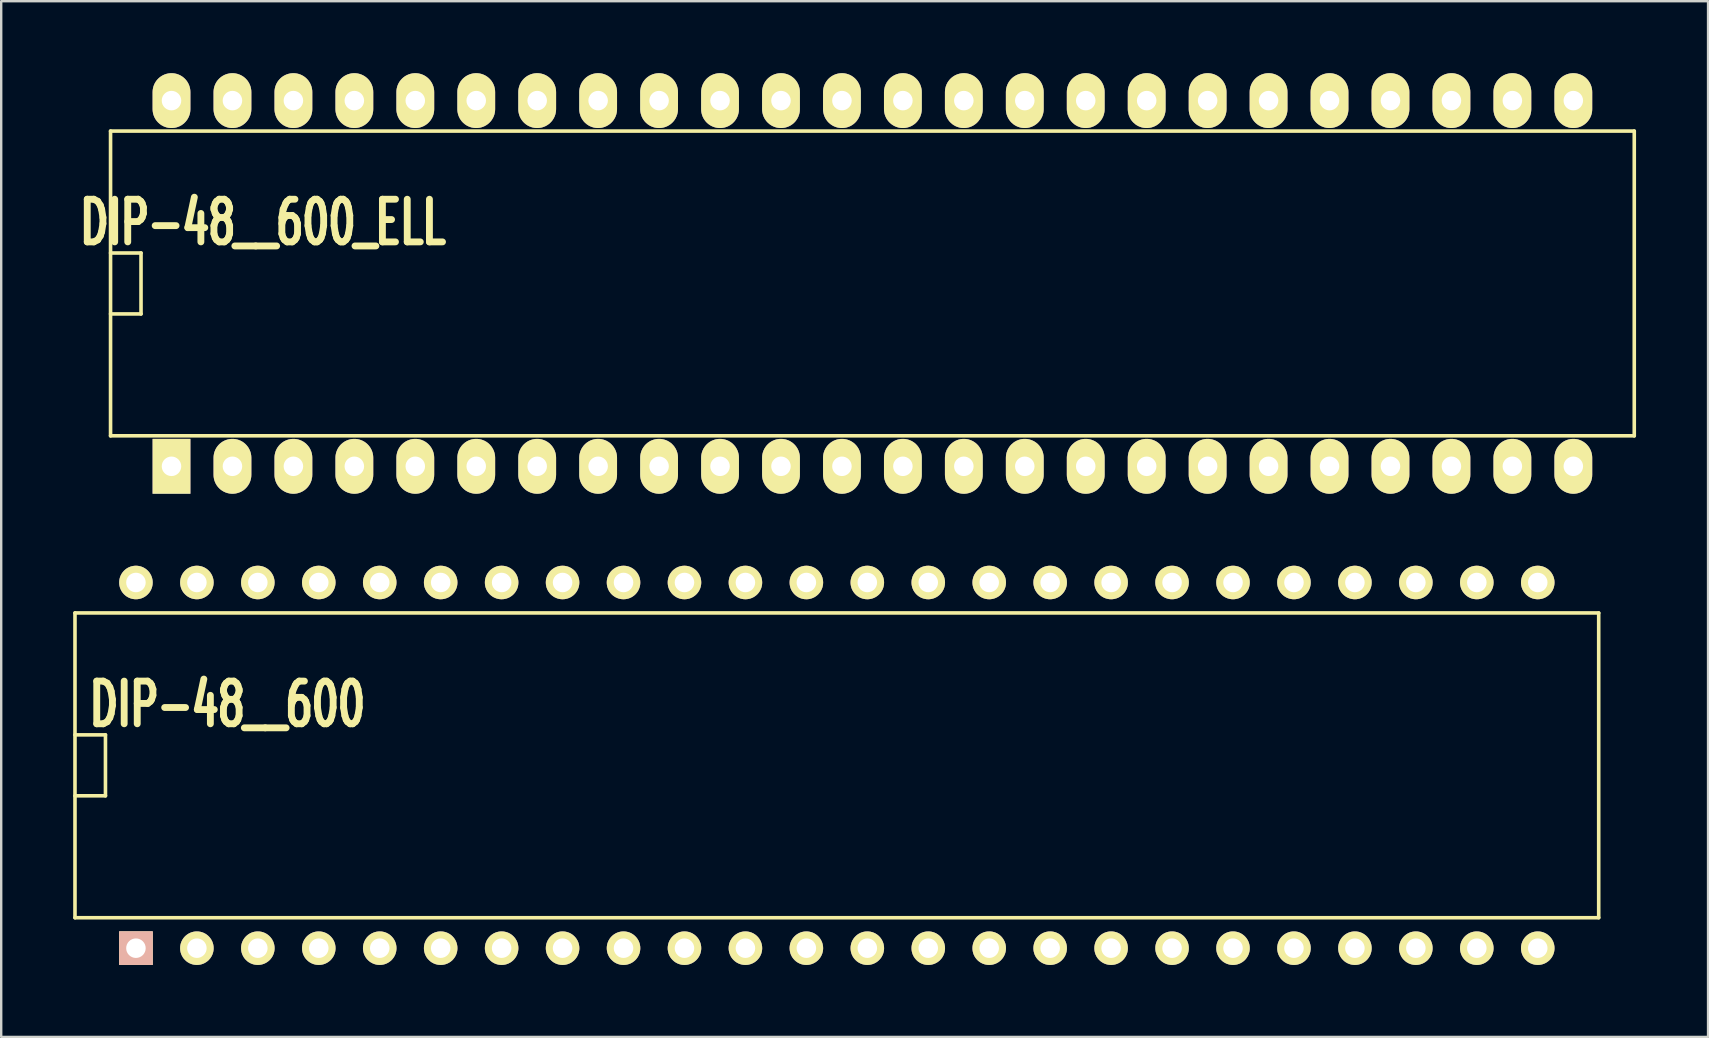
<source format=kicad_pcb>
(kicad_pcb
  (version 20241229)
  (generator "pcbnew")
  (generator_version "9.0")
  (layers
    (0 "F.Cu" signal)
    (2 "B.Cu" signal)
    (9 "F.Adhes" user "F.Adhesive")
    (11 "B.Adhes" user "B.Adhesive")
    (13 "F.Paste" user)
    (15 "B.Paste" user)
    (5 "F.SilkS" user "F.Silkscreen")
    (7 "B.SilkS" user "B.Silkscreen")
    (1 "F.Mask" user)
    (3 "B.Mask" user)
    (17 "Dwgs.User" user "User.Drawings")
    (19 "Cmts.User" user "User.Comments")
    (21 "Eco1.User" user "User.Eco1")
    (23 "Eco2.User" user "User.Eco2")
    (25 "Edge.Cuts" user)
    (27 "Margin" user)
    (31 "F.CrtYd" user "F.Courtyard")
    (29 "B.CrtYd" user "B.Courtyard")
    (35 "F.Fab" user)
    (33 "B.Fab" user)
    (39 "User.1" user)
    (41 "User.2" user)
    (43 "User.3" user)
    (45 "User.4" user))
  (footprint "DIP-48__600_ELL"
    (layer "F.Cu")
    (at 33.307 8.763)
    (property "Reference" "DIP-48__600_ELL" (at -25.4 -2.54 0) (layer "F.SilkS") (effects (font (size 1.778 1.143) (thickness 0.305))))
    (attr through_hole)
    (fp_line (start -31.75 -6.35) (end 31.75 -6.35) (stroke (width 0.15) (type solid)) (layer "F.SilkS"))
    (fp_line (start -31.75 -1.27) (end -30.48 -1.27) (stroke (width 0.15) (type solid)) (layer "F.SilkS"))
    (fp_line (start -31.75 6.35) (end -31.75 -6.35) (stroke (width 0.15) (type solid)) (layer "F.SilkS"))
    (fp_line (start -30.48 -1.27) (end -30.48 1.27) (stroke (width 0.15) (type solid)) (layer "F.SilkS"))
    (fp_line (start -30.48 1.27) (end -31.75 1.27) (stroke (width 0.15) (type solid)) (layer "F.SilkS"))
    (fp_line (start 31.75 -6.35) (end 31.75 6.35) (stroke (width 0.15) (type solid)) (layer "F.SilkS"))
    (fp_line (start 31.75 6.35) (end -31.75 6.35) (stroke (width 0.15) (type solid)) (layer "F.SilkS"))
    (pad "1" thru_hole rect (at -29.21 7.62) (size 1.575 2.286) (drill 0.813) (layers "*.Cu" "*.Mask" "F.SilkS"))
    (pad "2" thru_hole oval (at -26.67 7.62) (size 1.575 2.286) (drill 0.813) (layers "*.Cu" "*.Mask" "F.SilkS"))
    (pad "3" thru_hole oval (at -24.13 7.62) (size 1.575 2.286) (drill 0.813) (layers "*.Cu" "*.Mask" "F.SilkS"))
    (pad "4" thru_hole oval (at -21.59 7.62) (size 1.575 2.286) (drill 0.813) (layers "*.Cu" "*.Mask" "F.SilkS"))
    (pad "5" thru_hole oval (at -19.05 7.62) (size 1.575 2.286) (drill 0.813) (layers "*.Cu" "*.Mask" "F.SilkS"))
    (pad "6" thru_hole oval (at -16.51 7.62) (size 1.575 2.286) (drill 0.813) (layers "*.Cu" "*.Mask" "F.SilkS"))
    (pad "7" thru_hole oval (at -13.97 7.62) (size 1.575 2.286) (drill 0.813) (layers "*.Cu" "*.Mask" "F.SilkS"))
    (pad "8" thru_hole oval (at -11.43 7.62) (size 1.575 2.286) (drill 0.813) (layers "*.Cu" "*.Mask" "F.SilkS"))
    (pad "9" thru_hole oval (at -8.89 7.62) (size 1.575 2.286) (drill 0.813) (layers "*.Cu" "*.Mask" "F.SilkS"))
    (pad "10" thru_hole oval (at -6.35 7.62) (size 1.575 2.286) (drill 0.813) (layers "*.Cu" "*.Mask" "F.SilkS"))
    (pad "11" thru_hole oval (at -3.81 7.62) (size 1.575 2.286) (drill 0.813) (layers "*.Cu" "*.Mask" "F.SilkS"))
    (pad "12" thru_hole oval (at -1.27 7.62) (size 1.575 2.286) (drill 0.813) (layers "*.Cu" "*.Mask" "F.SilkS"))
    (pad "13" thru_hole oval (at 1.27 7.62) (size 1.575 2.286) (drill 0.813) (layers "*.Cu" "*.Mask" "F.SilkS"))
    (pad "14" thru_hole oval (at 3.81 7.62) (size 1.575 2.286) (drill 0.813) (layers "*.Cu" "*.Mask" "F.SilkS"))
    (pad "15" thru_hole oval (at 6.35 7.62) (size 1.575 2.286) (drill 0.813) (layers "*.Cu" "*.Mask" "F.SilkS"))
    (pad "16" thru_hole oval (at 8.89 7.62) (size 1.575 2.286) (drill 0.813) (layers "*.Cu" "*.Mask" "F.SilkS"))
    (pad "17" thru_hole oval (at 11.43 7.62) (size 1.575 2.286) (drill 0.813) (layers "*.Cu" "*.Mask" "F.SilkS"))
    (pad "18" thru_hole oval (at 13.97 7.62) (size 1.575 2.286) (drill 0.813) (layers "*.Cu" "*.Mask" "F.SilkS"))
    (pad "19" thru_hole oval (at 16.51 7.62) (size 1.575 2.286) (drill 0.813) (layers "*.Cu" "*.Mask" "F.SilkS"))
    (pad "20" thru_hole oval (at 19.05 7.62) (size 1.575 2.286) (drill 0.813) (layers "*.Cu" "*.Mask" "F.SilkS"))
    (pad "21" thru_hole oval (at 21.59 7.62) (size 1.575 2.286) (drill 0.813) (layers "*.Cu" "*.Mask" "F.SilkS"))
    (pad "22" thru_hole oval (at 24.13 7.62) (size 1.575 2.286) (drill 0.813) (layers "*.Cu" "*.Mask" "F.SilkS"))
    (pad "23" thru_hole oval (at 26.67 7.62) (size 1.575 2.286) (drill 0.813) (layers "*.Cu" "*.Mask" "F.SilkS"))
    (pad "24" thru_hole oval (at 29.21 7.62) (size 1.575 2.286) (drill 0.813) (layers "*.Cu" "*.Mask" "F.SilkS"))
    (pad "25" thru_hole oval (at 29.21 -7.62) (size 1.575 2.286) (drill 0.813) (layers "*.Cu" "*.Mask" "F.SilkS"))
    (pad "26" thru_hole oval (at 26.67 -7.62) (size 1.575 2.286) (drill 0.813) (layers "*.Cu" "*.Mask" "F.SilkS"))
    (pad "27" thru_hole oval (at 24.13 -7.62) (size 1.575 2.286) (drill 0.813) (layers "*.Cu" "*.Mask" "F.SilkS"))
    (pad "28" thru_hole oval (at 21.59 -7.62) (size 1.575 2.286) (drill 0.813) (layers "*.Cu" "*.Mask" "F.SilkS"))
    (pad "29" thru_hole oval (at 19.05 -7.62) (size 1.575 2.286) (drill 0.813) (layers "*.Cu" "*.Mask" "F.SilkS"))
    (pad "30" thru_hole oval (at 16.51 -7.62) (size 1.575 2.286) (drill 0.813) (layers "*.Cu" "*.Mask" "F.SilkS"))
    (pad "31" thru_hole oval (at 13.97 -7.62) (size 1.575 2.286) (drill 0.813) (layers "*.Cu" "*.Mask" "F.SilkS"))
    (pad "32" thru_hole oval (at 11.43 -7.62) (size 1.575 2.286) (drill 0.813) (layers "*.Cu" "*.Mask" "F.SilkS"))
    (pad "33" thru_hole oval (at 8.89 -7.62) (size 1.575 2.286) (drill 0.813) (layers "*.Cu" "*.Mask" "F.SilkS"))
    (pad "34" thru_hole oval (at 6.35 -7.62) (size 1.575 2.286) (drill 0.813) (layers "*.Cu" "*.Mask" "F.SilkS"))
    (pad "35" thru_hole oval (at 3.81 -7.62) (size 1.575 2.286) (drill 0.813) (layers "*.Cu" "*.Mask" "F.SilkS"))
    (pad "36" thru_hole oval (at 1.27 -7.62) (size 1.575 2.286) (drill 0.813) (layers "*.Cu" "*.Mask" "F.SilkS"))
    (pad "37" thru_hole oval (at -1.27 -7.62) (size 1.575 2.286) (drill 0.813) (layers "*.Cu" "*.Mask" "F.SilkS"))
    (pad "38" thru_hole oval (at -3.81 -7.62) (size 1.575 2.286) (drill 0.813) (layers "*.Cu" "*.Mask" "F.SilkS"))
    (pad "39" thru_hole oval (at -6.35 -7.62) (size 1.575 2.286) (drill 0.813) (layers "*.Cu" "*.Mask" "F.SilkS"))
    (pad "40" thru_hole oval (at -8.89 -7.62) (size 1.575 2.286) (drill 0.813) (layers "*.Cu" "*.Mask" "F.SilkS"))
    (pad "41" thru_hole oval (at -11.43 -7.62) (size 1.575 2.286) (drill 0.813) (layers "*.Cu" "*.Mask" "F.SilkS"))
    (pad "42" thru_hole oval (at -13.97 -7.62) (size 1.575 2.286) (drill 0.813) (layers "*.Cu" "*.Mask" "F.SilkS"))
    (pad "43" thru_hole oval (at -16.51 -7.62) (size 1.575 2.286) (drill 0.813) (layers "*.Cu" "*.Mask" "F.SilkS"))
    (pad "44" thru_hole oval (at -19.05 -7.62) (size 1.575 2.286) (drill 0.813) (layers "*.Cu" "*.Mask" "F.SilkS"))
    (pad "45" thru_hole oval (at -21.59 -7.62) (size 1.575 2.286) (drill 0.813) (layers "*.Cu" "*.Mask" "F.SilkS"))
    (pad "46" thru_hole oval (at -24.13 -7.62) (size 1.575 2.286) (drill 0.813) (layers "*.Cu" "*.Mask" "F.SilkS"))
    (pad "47" thru_hole oval (at -26.67 -7.62) (size 1.575 2.286) (drill 0.813) (layers "*.Cu" "*.Mask" "F.SilkS"))
    (pad "48" thru_hole oval (at -29.21 -7.62) (size 1.575 2.286) (drill 0.813) (layers "*.Cu" "*.Mask" "F.SilkS")))
  (footprint "DIP-48__600"
    (layer "F.Cu")
    (at 31.825 28.845)
    (property "Reference" "DIP-48__600" (at -25.4 -2.54 0) (layer "F.SilkS") (effects (font (size 1.778 1.143) (thickness 0.305))))
    (attr through_hole)
    (fp_line (start -31.75 -6.35) (end 31.75 -6.35) (stroke (width 0.15) (type solid)) (layer "F.SilkS"))
    (fp_line (start -31.75 -1.27) (end -30.48 -1.27) (stroke (width 0.15) (type solid)) (layer "F.SilkS"))
    (fp_line (start -31.75 6.35) (end -31.75 -6.35) (stroke (width 0.15) (type solid)) (layer "F.SilkS"))
    (fp_line (start -30.48 -1.27) (end -30.48 1.27) (stroke (width 0.15) (type solid)) (layer "F.SilkS"))
    (fp_line (start -30.48 1.27) (end -31.75 1.27) (stroke (width 0.15) (type solid)) (layer "F.SilkS"))
    (fp_line (start 31.75 -6.35) (end 31.75 6.35) (stroke (width 0.15) (type solid)) (layer "F.SilkS"))
    (fp_line (start 31.75 6.35) (end -31.75 6.35) (stroke (width 0.15) (type solid)) (layer "F.SilkS"))
    (pad "1" thru_hole rect (at -29.21 7.62) (size 1.397 1.397) (drill 0.813) (layers "*.Cu" "*.SilkS" "*.Mask"))
    (pad "2" thru_hole circle (at -26.67 7.62) (size 1.397 1.397) (drill 0.813) (layers "*.Cu" "*.Mask" "F.SilkS"))
    (pad "3" thru_hole circle (at -24.13 7.62) (size 1.397 1.397) (drill 0.813) (layers "*.Cu" "*.Mask" "F.SilkS"))
    (pad "4" thru_hole circle (at -21.59 7.62) (size 1.397 1.397) (drill 0.813) (layers "*.Cu" "*.Mask" "F.SilkS"))
    (pad "5" thru_hole circle (at -19.05 7.62) (size 1.397 1.397) (drill 0.813) (layers "*.Cu" "*.Mask" "F.SilkS"))
    (pad "6" thru_hole circle (at -16.51 7.62) (size 1.397 1.397) (drill 0.813) (layers "*.Cu" "*.Mask" "F.SilkS"))
    (pad "7" thru_hole circle (at -13.97 7.62) (size 1.397 1.397) (drill 0.813) (layers "*.Cu" "*.Mask" "F.SilkS"))
    (pad "8" thru_hole circle (at -11.43 7.62) (size 1.397 1.397) (drill 0.813) (layers "*.Cu" "*.Mask" "F.SilkS"))
    (pad "9" thru_hole circle (at -8.89 7.62) (size 1.397 1.397) (drill 0.813) (layers "*.Cu" "*.Mask" "F.SilkS"))
    (pad "10" thru_hole circle (at -6.35 7.62) (size 1.397 1.397) (drill 0.813) (layers "*.Cu" "*.Mask" "F.SilkS"))
    (pad "11" thru_hole circle (at -3.81 7.62) (size 1.397 1.397) (drill 0.813) (layers "*.Cu" "*.Mask" "F.SilkS"))
    (pad "12" thru_hole circle (at -1.27 7.62) (size 1.397 1.397) (drill 0.813) (layers "*.Cu" "*.Mask" "F.SilkS"))
    (pad "13" thru_hole circle (at 1.27 7.62) (size 1.397 1.397) (drill 0.813) (layers "*.Cu" "*.Mask" "F.SilkS"))
    (pad "14" thru_hole circle (at 3.81 7.62) (size 1.397 1.397) (drill 0.813) (layers "*.Cu" "*.Mask" "F.SilkS"))
    (pad "15" thru_hole circle (at 6.35 7.62) (size 1.397 1.397) (drill 0.813) (layers "*.Cu" "*.Mask" "F.SilkS"))
    (pad "16" thru_hole circle (at 8.89 7.62) (size 1.397 1.397) (drill 0.813) (layers "*.Cu" "*.Mask" "F.SilkS"))
    (pad "17" thru_hole circle (at 11.43 7.62) (size 1.397 1.397) (drill 0.813) (layers "*.Cu" "*.Mask" "F.SilkS"))
    (pad "18" thru_hole circle (at 13.97 7.62) (size 1.397 1.397) (drill 0.813) (layers "*.Cu" "*.Mask" "F.SilkS"))
    (pad "19" thru_hole circle (at 16.51 7.62) (size 1.397 1.397) (drill 0.813) (layers "*.Cu" "*.Mask" "F.SilkS"))
    (pad "20" thru_hole circle (at 19.05 7.62) (size 1.397 1.397) (drill 0.813) (layers "*.Cu" "*.Mask" "F.SilkS"))
    (pad "21" thru_hole circle (at 21.59 7.62) (size 1.397 1.397) (drill 0.813) (layers "*.Cu" "*.Mask" "F.SilkS"))
    (pad "22" thru_hole circle (at 24.13 7.62) (size 1.397 1.397) (drill 0.813) (layers "*.Cu" "*.Mask" "F.SilkS"))
    (pad "23" thru_hole circle (at 26.67 7.62) (size 1.397 1.397) (drill 0.813) (layers "*.Cu" "*.Mask" "F.SilkS"))
    (pad "24" thru_hole circle (at 29.21 7.62) (size 1.397 1.397) (drill 0.813) (layers "*.Cu" "*.Mask" "F.SilkS"))
    (pad "25" thru_hole circle (at 29.21 -7.62) (size 1.397 1.397) (drill 0.813) (layers "*.Cu" "*.Mask" "F.SilkS"))
    (pad "26" thru_hole circle (at 26.67 -7.62) (size 1.397 1.397) (drill 0.813) (layers "*.Cu" "*.Mask" "F.SilkS"))
    (pad "27" thru_hole circle (at 24.13 -7.62) (size 1.397 1.397) (drill 0.813) (layers "*.Cu" "*.Mask" "F.SilkS"))
    (pad "28" thru_hole circle (at 21.59 -7.62) (size 1.397 1.397) (drill 0.813) (layers "*.Cu" "*.Mask" "F.SilkS"))
    (pad "29" thru_hole circle (at 19.05 -7.62) (size 1.397 1.397) (drill 0.813) (layers "*.Cu" "*.Mask" "F.SilkS"))
    (pad "30" thru_hole circle (at 16.51 -7.62) (size 1.397 1.397) (drill 0.813) (layers "*.Cu" "*.Mask" "F.SilkS"))
    (pad "31" thru_hole circle (at 13.97 -7.62) (size 1.397 1.397) (drill 0.813) (layers "*.Cu" "*.Mask" "F.SilkS"))
    (pad "32" thru_hole circle (at 11.43 -7.62) (size 1.397 1.397) (drill 0.813) (layers "*.Cu" "*.Mask" "F.SilkS"))
    (pad "33" thru_hole circle (at 8.89 -7.62) (size 1.397 1.397) (drill 0.813) (layers "*.Cu" "*.Mask" "F.SilkS"))
    (pad "34" thru_hole circle (at 6.35 -7.62) (size 1.397 1.397) (drill 0.813) (layers "*.Cu" "*.Mask" "F.SilkS"))
    (pad "35" thru_hole circle (at 3.81 -7.62) (size 1.397 1.397) (drill 0.813) (layers "*.Cu" "*.Mask" "F.SilkS"))
    (pad "36" thru_hole circle (at 1.27 -7.62) (size 1.397 1.397) (drill 0.813) (layers "*.Cu" "*.Mask" "F.SilkS"))
    (pad "37" thru_hole circle (at -1.27 -7.62) (size 1.397 1.397) (drill 0.813) (layers "*.Cu" "*.Mask" "F.SilkS"))
    (pad "38" thru_hole circle (at -3.81 -7.62) (size 1.397 1.397) (drill 0.813) (layers "*.Cu" "*.Mask" "F.SilkS"))
    (pad "39" thru_hole circle (at -6.35 -7.62) (size 1.397 1.397) (drill 0.813) (layers "*.Cu" "*.Mask" "F.SilkS"))
    (pad "40" thru_hole circle (at -8.89 -7.62) (size 1.397 1.397) (drill 0.813) (layers "*.Cu" "*.Mask" "F.SilkS"))
    (pad "41" thru_hole circle (at -11.43 -7.62) (size 1.397 1.397) (drill 0.813) (layers "*.Cu" "*.Mask" "F.SilkS"))
    (pad "42" thru_hole circle (at -13.97 -7.62) (size 1.397 1.397) (drill 0.813) (layers "*.Cu" "*.Mask" "F.SilkS"))
    (pad "43" thru_hole circle (at -16.51 -7.62) (size 1.397 1.397) (drill 0.813) (layers "*.Cu" "*.Mask" "F.SilkS"))
    (pad "44" thru_hole circle (at -19.05 -7.62) (size 1.397 1.397) (drill 0.813) (layers "*.Cu" "*.Mask" "F.SilkS"))
    (pad "45" thru_hole circle (at -21.59 -7.62) (size 1.397 1.397) (drill 0.813) (layers "*.Cu" "*.Mask" "F.SilkS"))
    (pad "46" thru_hole circle (at -24.13 -7.62) (size 1.397 1.397) (drill 0.813) (layers "*.Cu" "*.Mask" "F.SilkS"))
    (pad "47" thru_hole circle (at -26.67 -7.62) (size 1.397 1.397) (drill 0.813) (layers "*.Cu" "*.Mask" "F.SilkS"))
    (pad "48" thru_hole circle (at -29.21 -7.62) (size 1.397 1.397) (drill 0.813) (layers "*.Cu" "*.Mask" "F.SilkS")))
  (gr_rect
    (start -3 -3)
    (end 68.132 40.163)
    (stroke (width 0.1) (type default))
    (fill no)
    (layer "Edge.Cuts")))
</source>
